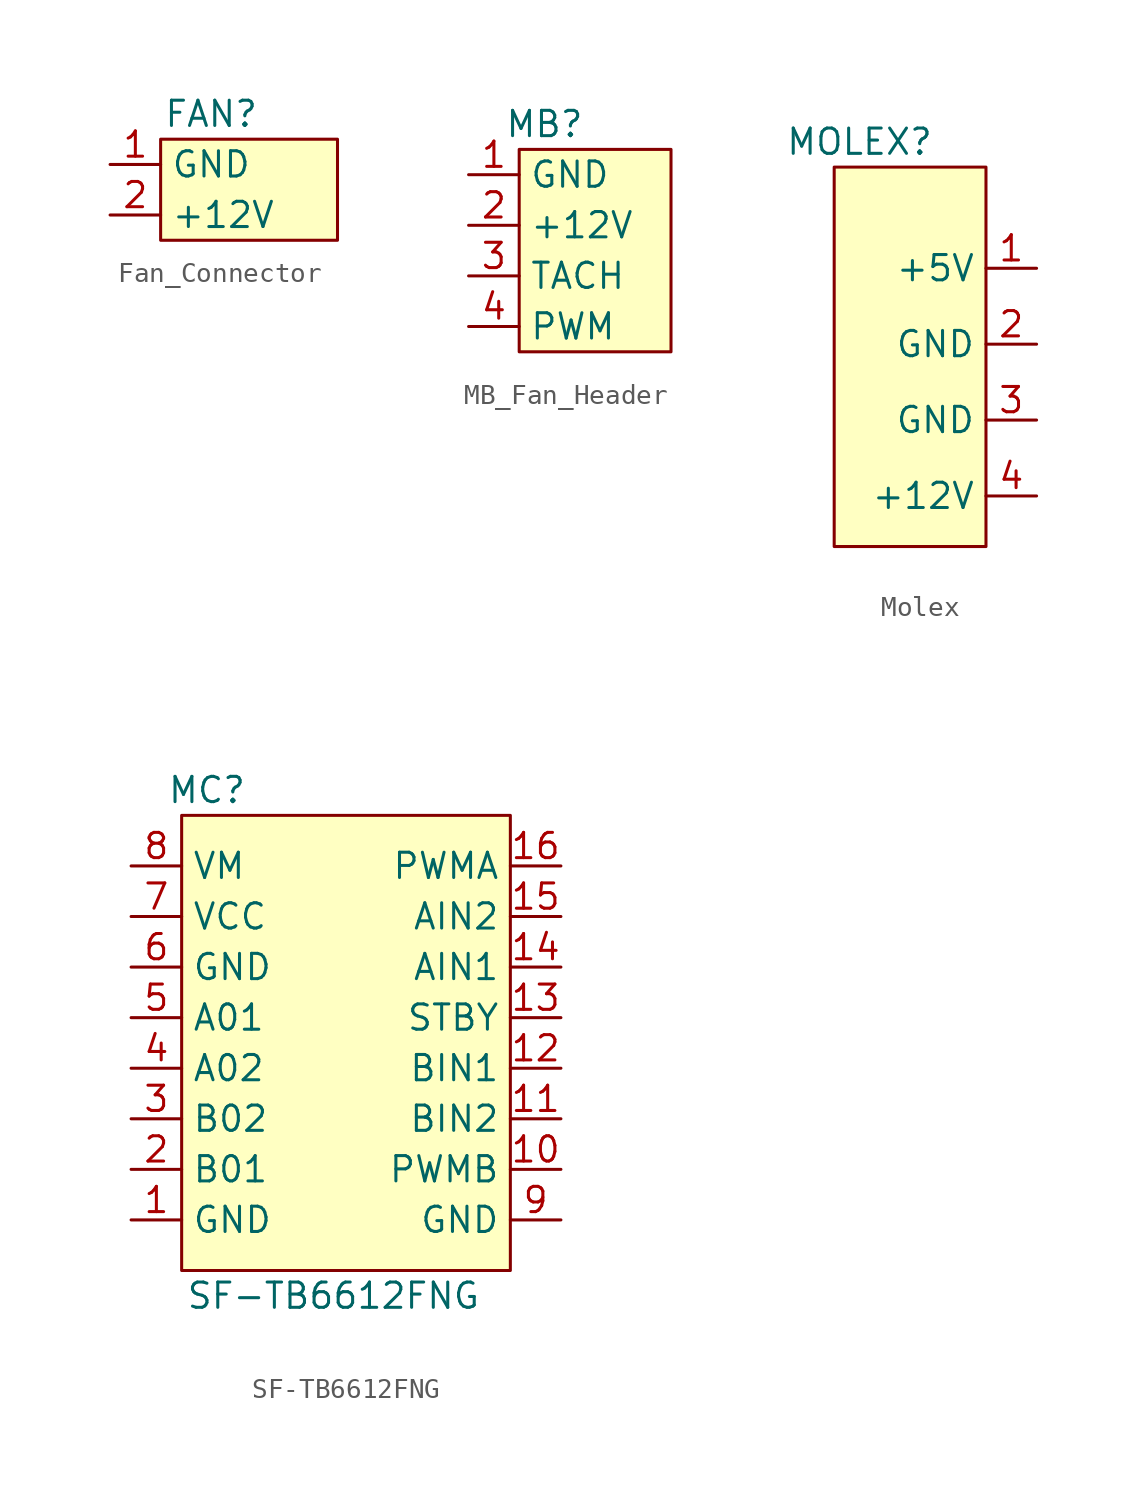
<source format=kicad_sym>
(kicad_symbol_lib
  (version 20220914)
  (generator kicad_symbol_editor)
  (symbol "Fan_Connector"
    (property "Reference" "FAN"
      (at 2.54 -1.27 0)
      (effects (font (size 1.27 1.27))))
    (property "Value" ""
      (at -2.54 -3.81 0)
      (effects (font (size 1.27 1.27))))
    (symbol "Fan_Connector_0_0"
      (pin passive line (at -2.54 -3.81 0) (length 2.54) (name "GND" (effects (font (size 1.27 1.27)))) (number "1" (effects (font (size 1.27 1.27)))))
      (pin power_out line (at -2.54 -6.35 0) (length 2.54) (name "+12V" (effects (font (size 1.27 1.27)))) (number "2" (effects (font (size 1.27 1.27))))))
    (symbol "Fan_Connector_1_1"
      (rectangle (start 0 -2.54) (end 8.89 -7.62) (stroke (width 0) (type default)) (fill (type background)))))
  (symbol "MB_Fan_Header"
    (property "Reference" "MB"
      (at 1.27 0 0)
      (effects (font (size 1.27 1.27))))
    (property "Value" ""
      (at 0 0 0)
      (effects (font (size 1.27 1.27))))
    (symbol "MB_Fan_Header_0_0"
      (pin passive line (at -2.54 -2.54 0) (length 2.54) (name "GND" (effects (font (size 1.27 1.27)))) (number "1" (effects (font (size 1.27 1.27)))))
      (pin power_in line (at -2.54 -5.08 0) (length 2.54) (name "+12V" (effects (font (size 1.27 1.27)))) (number "2" (effects (font (size 1.27 1.27)))))
      (pin output line (at -2.54 -7.62 0) (length 2.54) (name "TACH" (effects (font (size 1.27 1.27)))) (number "3" (effects (font (size 1.27 1.27)))))
      (pin input line (at -2.54 -10.16 0) (length 2.54) (name "PWM" (effects (font (size 1.27 1.27)))) (number "4" (effects (font (size 1.27 1.27))))))
    (symbol "MB_Fan_Header_1_1"
      (rectangle (start 0 -1.27) (end 7.62 -11.43) (stroke (width 0) (type default)) (fill (type background)))))
  (symbol "Molex"
    (property "Reference" "MOLEX"
      (at -3.81 2.54 0)
      (effects (font (size 1.27 1.27))))
    (property "Value" ""
      (at -1.27 0 0)
      (effects (font (size 1.27 1.27))))
    (symbol "Molex_1_1"
      (rectangle (start -5.08 1.27) (end 2.54 -17.78) (stroke (width 0) (type default)) (fill (type background)))
      (pin power_in line (at 5.08 -3.81 180) (length 2.54) (name "+5V" (effects (font (size 1.27 1.27)))) (number "1" (effects (font (size 1.27 1.27)))))
      (pin passive line (at 5.08 -7.62 180) (length 2.54) (name "GND" (effects (font (size 1.27 1.27)))) (number "2" (effects (font (size 1.27 1.27)))))
      (pin passive line (at 5.08 -11.43 180) (length 2.54) (name "GND" (effects (font (size 1.27 1.27)))) (number "3" (effects (font (size 1.27 1.27)))))
      (pin power_in line (at 5.08 -15.24 180) (length 2.54) (name "+12V" (effects (font (size 1.27 1.27)))) (number "4" (effects (font (size 1.27 1.27)))))))
  (symbol "SF-TB6612FNG"
    (property "Reference" "MC"
      (at -6.35 11.43 0)
      (effects (font (size 1.27 1.27))))
    (property "Value" "SF-TB6612FNG"
      (at 0 -13.97 0)
      (effects (font (size 1.27 1.27))))
    (symbol "SF-TB6612FNG_0_0"
      (pin passive line (at -10.16 -10.16 0) (length 2.54) (name "GND" (effects (font (size 1.27 1.27)))) (number "1" (effects (font (size 1.27 1.27)))))
      (pin input line (at 11.43 -7.62 180) (length 2.54) (name "PWMB" (effects (font (size 1.27 1.27)))) (number "10" (effects (font (size 1.27 1.27)))))
      (pin input line (at 11.43 -5.08 180) (length 2.54) (name "BIN2" (effects (font (size 1.27 1.27)))) (number "11" (effects (font (size 1.27 1.27)))))
      (pin input line (at 11.43 -2.54 180) (length 2.54) (name "BIN1" (effects (font (size 1.27 1.27)))) (number "12" (effects (font (size 1.27 1.27)))))
      (pin input line (at 11.43 0 180) (length 2.54) (name "STBY" (effects (font (size 1.27 1.27)))) (number "13" (effects (font (size 1.27 1.27)))))
      (pin input line (at 11.43 2.54 180) (length 2.54) (name "AIN1" (effects (font (size 1.27 1.27)))) (number "14" (effects (font (size 1.27 1.27)))))
      (pin input line (at 11.43 5.08 180) (length 2.54) (name "AIN2" (effects (font (size 1.27 1.27)))) (number "15" (effects (font (size 1.27 1.27)))))
      (pin input line (at 11.43 7.62 180) (length 2.54) (name "PWMA" (effects (font (size 1.27 1.27)))) (number "16" (effects (font (size 1.27 1.27)))))
      (pin power_out line (at -10.16 -7.62 0) (length 2.54) (name "B01" (effects (font (size 1.27 1.27)))) (number "2" (effects (font (size 1.27 1.27)))))
      (pin power_out line (at -10.16 -5.08 0) (length 2.54) (name "B02" (effects (font (size 1.27 1.27)))) (number "3" (effects (font (size 1.27 1.27)))))
      (pin power_out line (at -10.16 -2.54 0) (length 2.54) (name "A02" (effects (font (size 1.27 1.27)))) (number "4" (effects (font (size 1.27 1.27)))))
      (pin power_out line (at -10.16 0 0) (length 2.54) (name "A01" (effects (font (size 1.27 1.27)))) (number "5" (effects (font (size 1.27 1.27)))))
      (pin input line (at -10.16 2.54 0) (length 2.54) (name "GND" (effects (font (size 1.27 1.27)))) (number "6" (effects (font (size 1.27 1.27)))))
      (pin power_in line (at -10.16 5.08 0) (length 2.54) (name "VCC" (effects (font (size 1.27 1.27)))) (number "7" (effects (font (size 1.27 1.27)))))
      (pin power_in line (at -10.16 7.62 0) (length 2.54) (name "VM" (effects (font (size 1.27 1.27)))) (number "8" (effects (font (size 1.27 1.27)))))
      (pin passive line (at 11.43 -10.16 180) (length 2.54) (name "GND" (effects (font (size 1.27 1.27)))) (number "9" (effects (font (size 1.27 1.27))))))
    (symbol "SF-TB6612FNG_1_1"
      (rectangle (start -7.62 10.16) (end 8.89 -12.7) (stroke (width 0) (type default)) (fill (type background))))))
</source>
